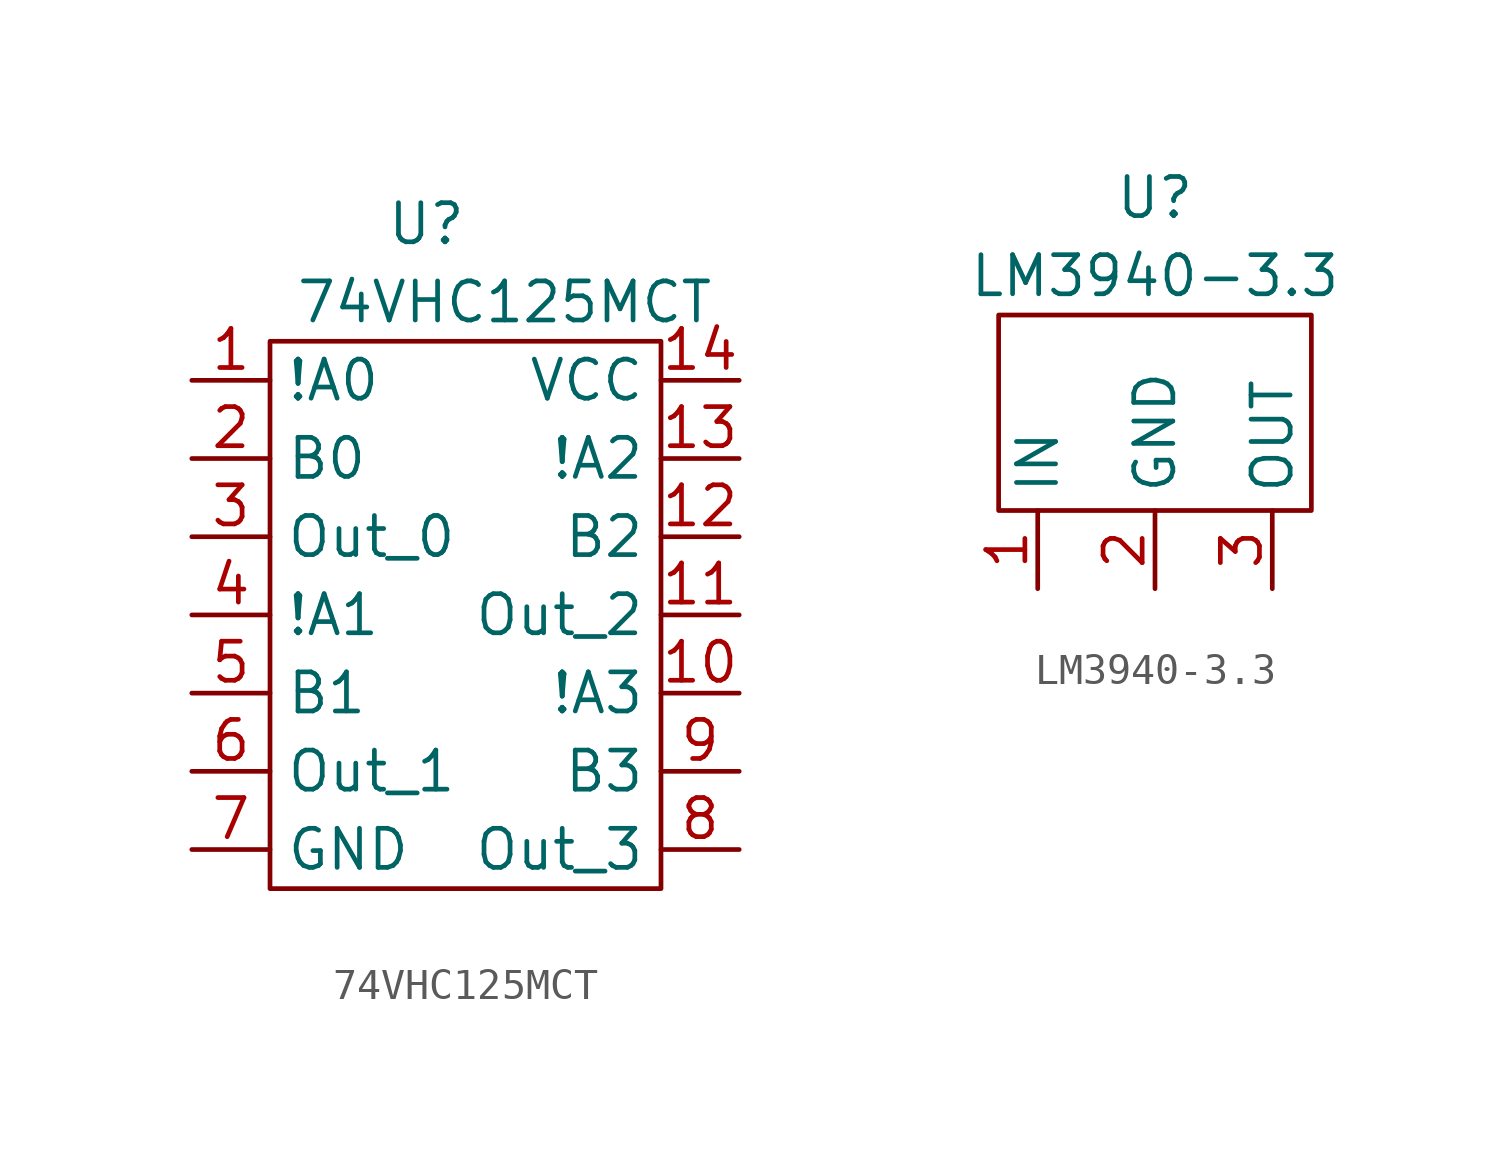
<source format=kicad_sym>
(kicad_symbol_lib
  (version 20211014)
  (generator kicad_symbol_editor)
  (symbol "74VHC125MCT"
    (property "Reference" "U"
      (at 0 7.62 0)
      (effects (font (size 1.27 1.27))))
    (property "Value" "74VHC125MCT"
      (at 2.54 5.08 0)
      (effects (font (size 1.27 1.27))))
    (symbol "74VHC125MCT_0_1"
      (rectangle (start -5.08 3.81) (end 7.62 -13.97) (stroke (width 0) (type default) (color 0 0 0 0)) (fill (type none))))
    (symbol "74VHC125MCT_1_1"
      (pin input line (at -7.62 2.54 0) (length 2.54) (name "!A0" (effects (font (size 1.27 1.27)))) (number "1" (effects (font (size 1.27 1.27)))))
      (pin input line (at 10.16 -7.62 180) (length 2.54) (name "!A3" (effects (font (size 1.27 1.27)))) (number "10" (effects (font (size 1.27 1.27)))))
      (pin output line (at 10.16 -5.08 180) (length 2.54) (name "Out_2" (effects (font (size 1.27 1.27)))) (number "11" (effects (font (size 1.27 1.27)))))
      (pin input line (at 10.16 -2.54 180) (length 2.54) (name "B2" (effects (font (size 1.27 1.27)))) (number "12" (effects (font (size 1.27 1.27)))))
      (pin input line (at 10.16 0 180) (length 2.54) (name "!A2" (effects (font (size 1.27 1.27)))) (number "13" (effects (font (size 1.27 1.27)))))
      (pin power_in line (at 10.16 2.54 180) (length 2.54) (name "VCC" (effects (font (size 1.27 1.27)))) (number "14" (effects (font (size 1.27 1.27)))))
      (pin input line (at -7.62 0 0) (length 2.54) (name "B0" (effects (font (size 1.27 1.27)))) (number "2" (effects (font (size 1.27 1.27)))))
      (pin output line (at -7.62 -2.54 0) (length 2.54) (name "Out_0" (effects (font (size 1.27 1.27)))) (number "3" (effects (font (size 1.27 1.27)))))
      (pin input line (at -7.62 -5.08 0) (length 2.54) (name "!A1" (effects (font (size 1.27 1.27)))) (number "4" (effects (font (size 1.27 1.27)))))
      (pin input line (at -7.62 -7.62 0) (length 2.54) (name "B1" (effects (font (size 1.27 1.27)))) (number "5" (effects (font (size 1.27 1.27)))))
      (pin output line (at -7.62 -10.16 0) (length 2.54) (name "Out_1" (effects (font (size 1.27 1.27)))) (number "6" (effects (font (size 1.27 1.27)))))
      (pin power_in line (at -7.62 -12.7 0) (length 2.54) (name "GND" (effects (font (size 1.27 1.27)))) (number "7" (effects (font (size 1.27 1.27)))))
      (pin output line (at 10.16 -12.7 180) (length 2.54) (name "Out_3" (effects (font (size 1.27 1.27)))) (number "8" (effects (font (size 1.27 1.27)))))
      (pin input line (at 10.16 -10.16 180) (length 2.54) (name "B3" (effects (font (size 1.27 1.27)))) (number "9" (effects (font (size 1.27 1.27)))))))
  (symbol "LM3940-3.3"
    (property "Reference" "U"
      (at 0 7.62 0)
      (effects (font (size 1.27 1.27))))
    (property "Value" "LM3940-3.3"
      (at 0 5.08 0)
      (effects (font (size 1.27 1.27))))
    (symbol "LM3940-3.3_0_1"
      (rectangle (start -5.08 3.81) (end 5.08 -2.54) (stroke (width 0) (type default) (color 0 0 0 0)) (fill (type none))))
    (symbol "LM3940-3.3_1_1"
      (pin power_in line (at -3.81 -5.08 90) (length 2.54) (name "IN" (effects (font (size 1.27 1.27)))) (number "1" (effects (font (size 1.27 1.27)))))
      (pin power_in line (at 0 -5.08 90) (length 2.54) (name "GND" (effects (font (size 1.27 1.27)))) (number "2" (effects (font (size 1.27 1.27)))))
      (pin power_out line (at 3.81 -5.08 90) (length 2.54) (name "OUT" (effects (font (size 1.27 1.27)))) (number "3" (effects (font (size 1.27 1.27))))))))
</source>
